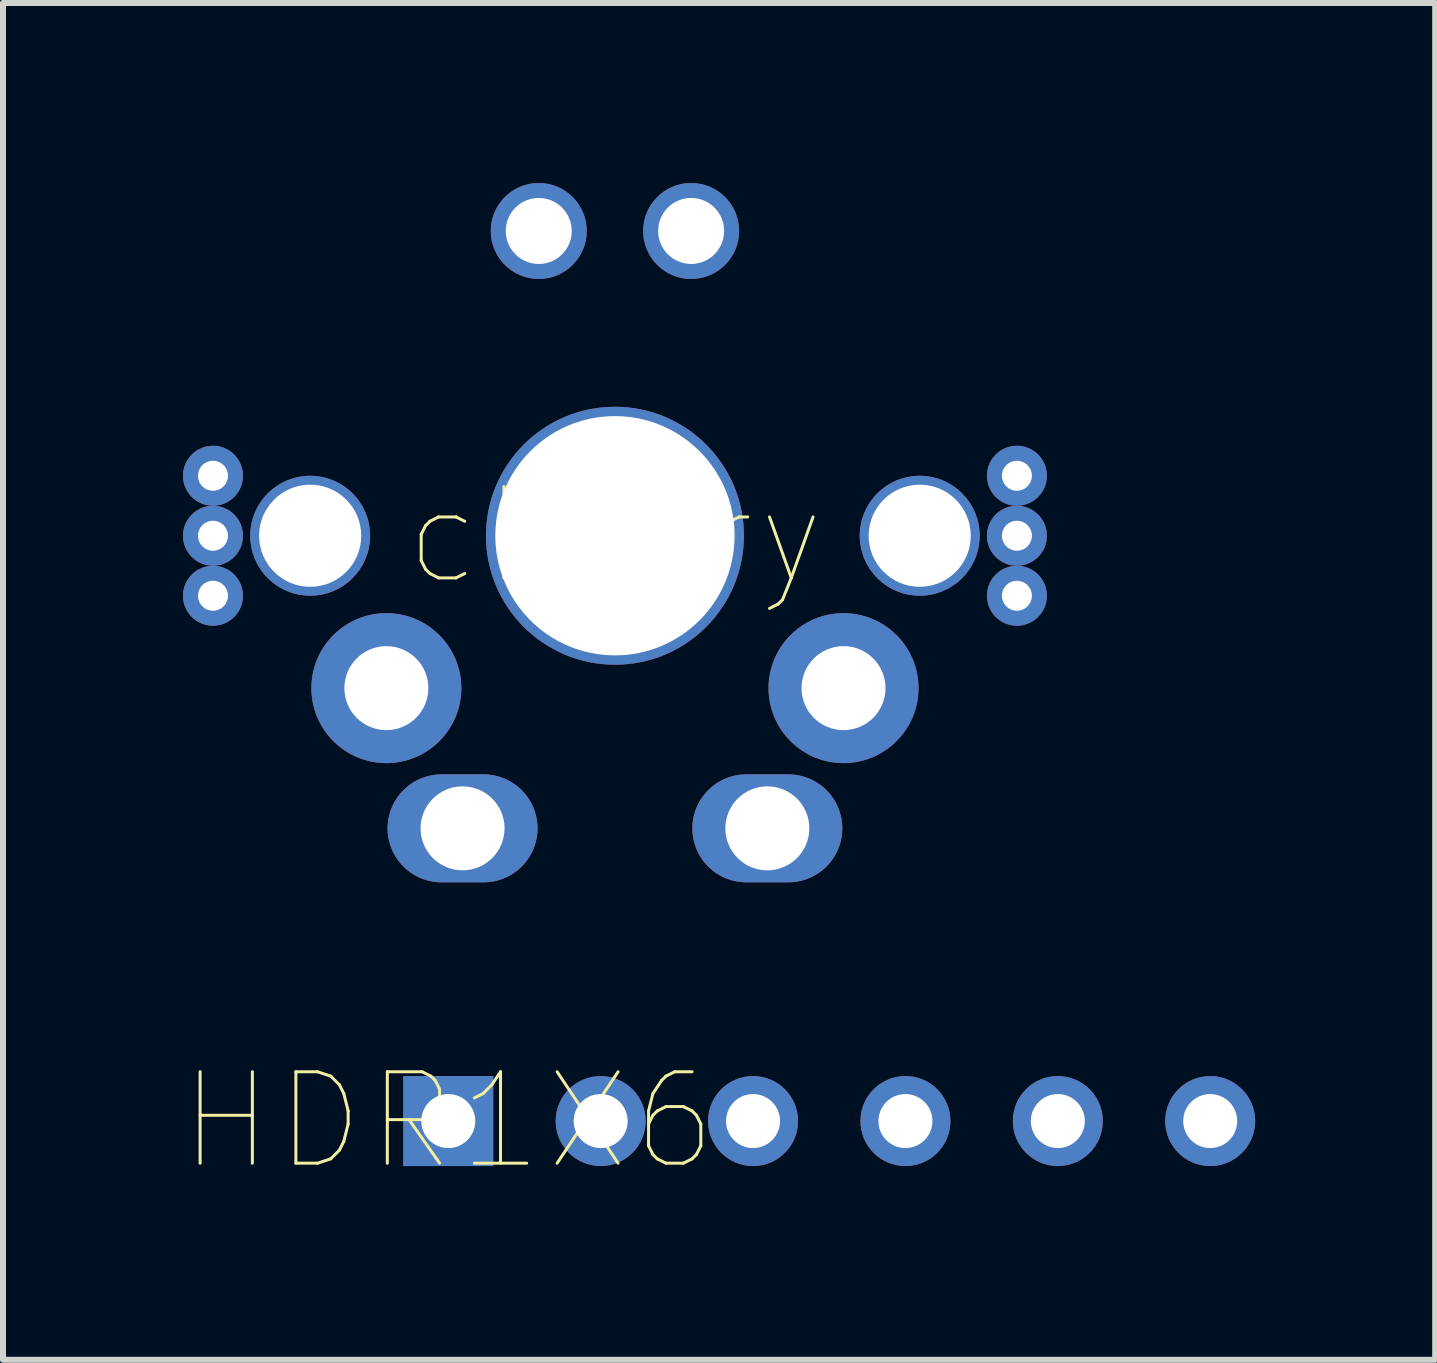
<source format=kicad_pcb>
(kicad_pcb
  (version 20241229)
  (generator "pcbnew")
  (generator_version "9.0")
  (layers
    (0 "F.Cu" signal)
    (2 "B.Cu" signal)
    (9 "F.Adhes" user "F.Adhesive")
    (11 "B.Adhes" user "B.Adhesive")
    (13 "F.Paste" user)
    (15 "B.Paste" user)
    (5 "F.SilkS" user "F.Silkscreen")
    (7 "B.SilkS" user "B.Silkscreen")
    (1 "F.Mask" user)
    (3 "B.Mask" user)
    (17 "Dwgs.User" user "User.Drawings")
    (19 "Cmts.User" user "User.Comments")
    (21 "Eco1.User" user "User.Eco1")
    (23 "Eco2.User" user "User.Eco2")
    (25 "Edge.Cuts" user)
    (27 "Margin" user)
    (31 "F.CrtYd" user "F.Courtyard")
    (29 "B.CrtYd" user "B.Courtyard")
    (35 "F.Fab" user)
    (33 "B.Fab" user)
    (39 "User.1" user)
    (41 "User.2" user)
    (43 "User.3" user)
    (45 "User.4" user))
  (footprint "HDR1X6"
    (layer "F.Cu")
    (at 4.422 15.636)
    (property "Reference" "HDR1X6" (at 0 0 0) (layer "F.SilkS") (effects (font (size 1.524 1.524) (thickness 0.05))))
    (attr smd)
    (pad "1" thru_hole rect (at 0 0) (size 1.5 1.5) (drill 0.9) (layers "*.Cu" "*.Paste" "*.Mask"))
    (pad "2" thru_hole circle (at 2.54 0) (size 1.5 1.5) (drill 0.9) (layers "*.Cu" "*.Paste" "*.Mask"))
    (pad "3" thru_hole circle (at 5.08 0) (size 1.5 1.5) (drill 0.9) (layers "*.Cu" "*.Paste" "*.Mask"))
    (pad "4" thru_hole circle (at 7.62 0) (size 1.5 1.5) (drill 0.9) (layers "*.Cu" "*.Paste" "*.Mask"))
    (pad "5" thru_hole circle (at 10.16 0) (size 1.5 1.5) (drill 0.9) (layers "*.Cu" "*.Paste" "*.Mask"))
    (pad "6" thru_hole circle (at 12.7 0) (size 1.5 1.5) (drill 0.9) (layers "*.Cu" "*.Paste" "*.Mask")))
  (footprint "cherry"
    (layer "F.Cu")
    (at 7.2 5.88)
    (property "Reference" "cherry" (at 0 0 0) (layer "F.SilkS") (effects (font (size 1.524 1.524) (thickness 0.05))))
    (attr smd)
    (pad "0" thru_hole circle (at -1.27 -5.08) (size 1.6 1.6) (drill 1.1) (layers "*.Cu" "*.Paste" "*.Mask"))
    (pad "0" thru_hole circle (at 0 0) (size 4.3 4.3) (drill 3.988) (layers "*.Cu" "*.Paste" "*.Mask"))
    (pad "0" thru_hole circle (at 1.27 -5.08) (size 1.6 1.6) (drill 1.1) (layers "*.Cu" "*.Paste" "*.Mask"))
    (pad "1" thru_hole circle (at -3.81 2.54) (size 2.5 2.5) (drill 1.4) (layers "*.Cu" "*.Paste" "*.Mask"))
    (pad "2" thru_hole circle (at 3.81 2.54) (size 2.5 2.5) (drill 1.4) (layers "*.Cu" "*.Paste" "*.Mask"))
    (pad "3" thru_hole oval (at -2.54 4.877) (size 2.5 1.8) (drill 1.4) (layers "*.Cu" "*.Paste" "*.Mask"))
    (pad "4" thru_hole oval (at 2.54 4.877) (size 2.5 1.8) (drill 1.4) (layers "*.Cu" "*.Paste" "*.Mask"))
    (pad "5" thru_hole circle (at -5.08 0) (size 2 2) (drill 1.702) (layers "*.Cu" "*.Paste" "*.Mask"))
    (pad "6" thru_hole circle (at 5.08 0) (size 2 2) (drill 1.702) (layers "*.Cu" "*.Paste" "*.Mask"))
    (pad "7" thru_hole circle (at -6.7 -1) (size 1 1) (drill 0.5) (layers "*.Cu" "*.Paste" "*.Mask"))
    (pad "8" thru_hole circle (at 6.7 -1 180) (size 1 1) (drill 0.5) (layers "*.Cu" "*.Paste" "*.Mask"))
    (pad "9" thru_hole circle (at -6.7 0) (size 1 1) (drill 0.5) (layers "*.Cu" "*.Paste" "*.Mask"))
    (pad "10" thru_hole circle (at 6.7 0 180) (size 1 1) (drill 0.5) (layers "*.Cu" "*.Paste" "*.Mask"))
    (pad "11" thru_hole circle (at -6.7 1) (size 1 1) (drill 0.5) (layers "*.Cu" "*.Paste" "*.Mask"))
    (pad "12" thru_hole circle (at 6.7 1 180) (size 1 1) (drill 0.5) (layers "*.Cu" "*.Paste" "*.Mask")))
  (gr_rect
    (start -3 -3)
    (end 20.872 19.615)
    (stroke (width 0.1) (type default))
    (fill no)
    (layer "Edge.Cuts")))
</source>
